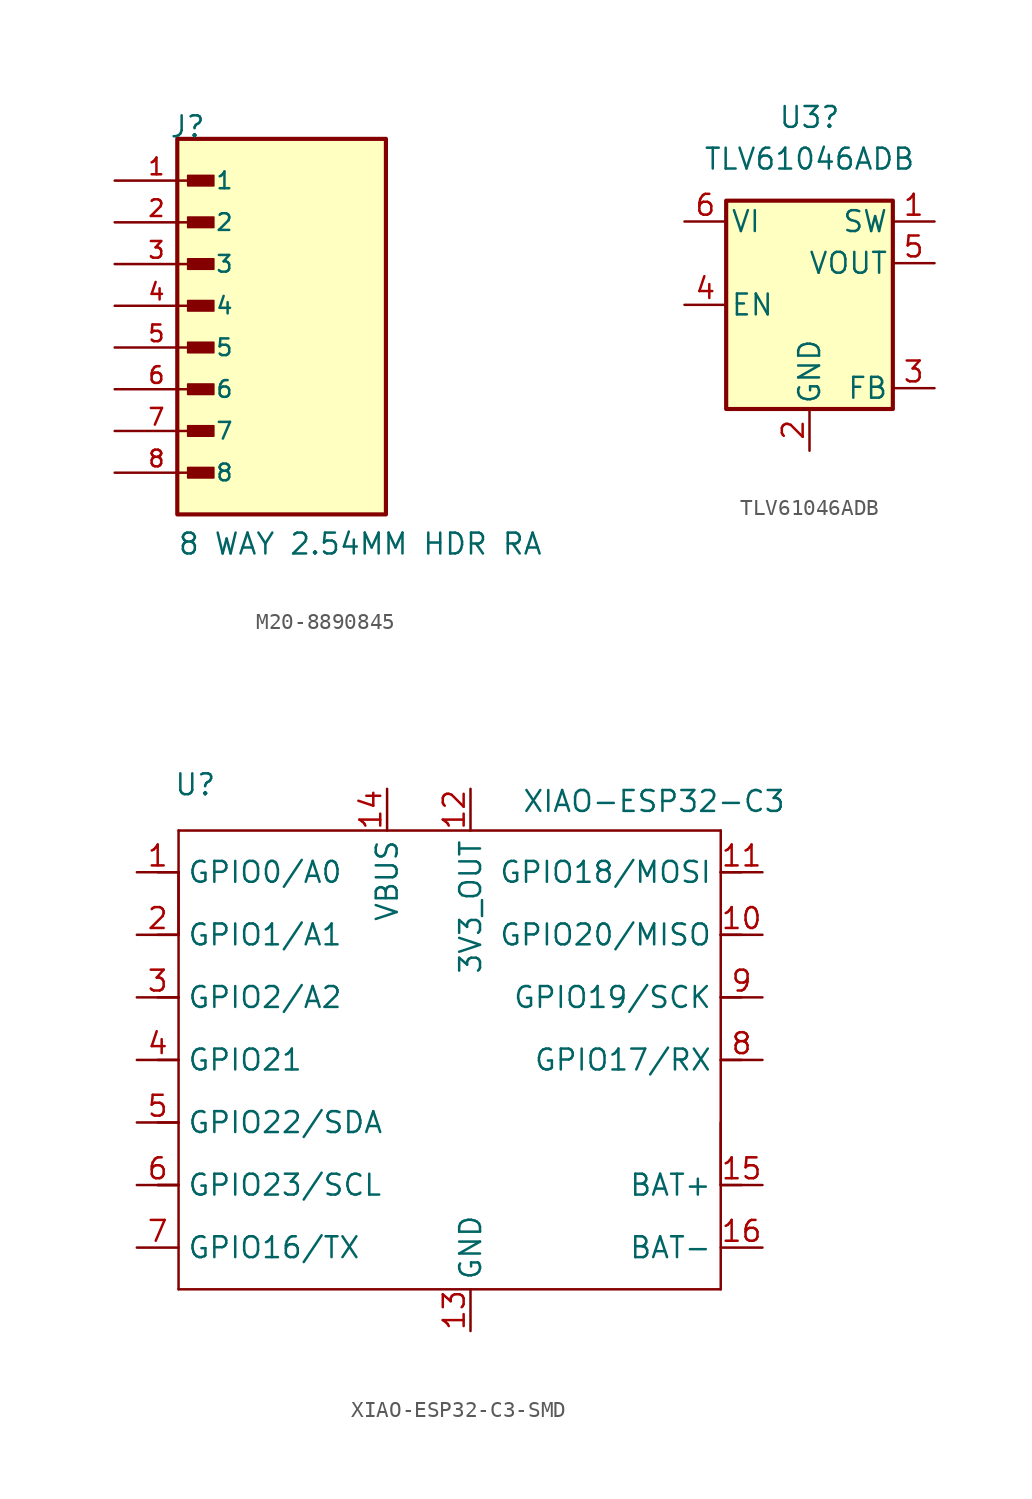
<source format=kicad_sym>
(kicad_symbol_lib
  (version 20241209)
  (generator "kicad_symbol_editor")
  (generator_version "9.0")
  (symbol "M20-8890845"
    (pin_names
      (offset 1.016))
    (property "Reference" "J"
      (at -6.85 12.7 0)
      (effects (font (size 1.27 1.27)) (justify left bottom)))
    (property "Value" "8 WAY 2.54MM HDR RA"
      (at -6.35 -12.7 0)
      (effects (font (size 1.27 1.27)) (justify left bottom)))
    (symbol "M20-8890845_0_0"
      (rectangle (start -6.35 12.7) (end 6.35 -10.16) (stroke (width 0.254) (type default)) (fill (type background)))
      (rectangle (start -5.715 9.842) (end -4.128 10.477) (stroke (width 0.1) (type default)) (fill (type outline)))
      (rectangle (start -5.715 7.303) (end -4.128 7.938) (stroke (width 0.1) (type default)) (fill (type outline)))
      (rectangle (start -5.715 4.763) (end -4.128 5.397) (stroke (width 0.1) (type default)) (fill (type outline)))
      (rectangle (start -5.715 2.223) (end -4.128 2.857) (stroke (width 0.1) (type default)) (fill (type outline)))
      (rectangle (start -5.715 -0.318) (end -4.128 0.318) (stroke (width 0.1) (type default)) (fill (type outline)))
      (rectangle (start -5.715 -2.857) (end -4.128 -2.223) (stroke (width 0.1) (type default)) (fill (type outline)))
      (rectangle (start -5.715 -5.397) (end -4.128 -4.763) (stroke (width 0.1) (type default)) (fill (type outline)))
      (rectangle (start -5.715 -7.938) (end -4.128 -7.303) (stroke (width 0.1) (type default)) (fill (type outline)))
      (pin passive line (at -10.16 10.16 0) (length 5.08) (name "1" (effects (font (size 1.016 1.016)))) (number "1" (effects (font (size 1.016 1.016)))))
      (pin passive line (at -10.16 7.62 0) (length 5.08) (name "2" (effects (font (size 1.016 1.016)))) (number "2" (effects (font (size 1.016 1.016)))))
      (pin passive line (at -10.16 5.08 0) (length 5.08) (name "3" (effects (font (size 1.016 1.016)))) (number "3" (effects (font (size 1.016 1.016)))))
      (pin passive line (at -10.16 2.54 0) (length 5.08) (name "4" (effects (font (size 1.016 1.016)))) (number "4" (effects (font (size 1.016 1.016)))))
      (pin passive line (at -10.16 0 0) (length 5.08) (name "5" (effects (font (size 1.016 1.016)))) (number "5" (effects (font (size 1.016 1.016)))))
      (pin passive line (at -10.16 -2.54 0) (length 5.08) (name "6" (effects (font (size 1.016 1.016)))) (number "6" (effects (font (size 1.016 1.016)))))
      (pin passive line (at -10.16 -5.08 0) (length 5.08) (name "7" (effects (font (size 1.016 1.016)))) (number "7" (effects (font (size 1.016 1.016)))))
      (pin passive line (at -10.16 -7.62 0) (length 5.08) (name "8" (effects (font (size 1.016 1.016)))) (number "8" (effects (font (size 1.016 1.016)))))))
  (symbol "TLV61046ADB"
    (pin_names
      (offset 0.254))
    (property "Reference" "U3"
      (at 0 11.43 0)
      (effects (font (size 1.27 1.27))))
    (property "Value" "TLV61046ADB"
      (at 0 8.89 0)
      (effects (font (size 1.27 1.27))))
    (symbol "TLV61046ADB_0_1"
      (rectangle (start -5.08 6.35) (end 5.08 -6.35) (stroke (width 0.254) (type default)) (fill (type background))))
    (symbol "TLV61046ADB_1_1"
      (pin input line (at -7.62 5.08 0) (length 2.54) (name "VI" (effects (font (size 1.27 1.27)))) (number "6" (effects (font (size 1.27 1.27)))))
      (pin input line (at -7.62 0 0) (length 2.54) (name "EN" (effects (font (size 1.27 1.27)))) (number "4" (effects (font (size 1.27 1.27)))))
      (pin passive line (at 0 -8.89 90) (length 2.54) (name "GND" (effects (font (size 1.27 1.27)))) (number "2" (effects (font (size 1.27 1.27)))))
      (pin power_out line (at 7.62 5.08 180) (length 2.54) (name "SW" (effects (font (size 1.27 1.27)))) (number "1" (effects (font (size 1.27 1.27)))))
      (pin power_out line (at 7.62 2.54 180) (length 2.54) (name "VOUT" (effects (font (size 1.27 1.27)))) (number "5" (effects (font (size 1.27 1.27)))))
      (pin input line (at 7.62 -5.08 180) (length 2.54) (name "FB" (effects (font (size 1.27 1.27)))) (number "3" (effects (font (size 1.27 1.27)))))))
  (symbol "XIAO-ESP32-C3-SMD"
    (property "Reference" "U"
      (at 1.016 2.794 0)
      (effects (font (size 1.27 1.27))))
    (property "Value" "XIAO-ESP32-C3"
      (at 28.956 1.778 0)
      (effects (font (size 1.27 1.27))))
    (symbol "XIAO-ESP32-C3-SMD_1_0"
      (polyline (pts (xy 0 0) (xy 33.02 0)) (stroke (width 0.152) (type solid)) (fill (type none)))
      (polyline (pts (xy 0 -2.54) (xy -1.27 -2.54)) (stroke (width 0.152) (type solid)) (fill (type none)))
      (polyline (pts (xy 0 -2.54) (xy 0 0)) (stroke (width 0.152) (type solid)) (fill (type none)))
      (polyline (pts (xy 0 -6.35) (xy -1.27 -6.35)) (stroke (width 0.152) (type solid)) (fill (type none)))
      (polyline (pts (xy 0 -6.35) (xy 0 -2.54)) (stroke (width 0.152) (type solid)) (fill (type none)))
      (polyline (pts (xy 0 -6.35) (xy 0 -2.54)) (stroke (width 0.152) (type solid)) (fill (type none)))
      (polyline (pts (xy 0 -10.16) (xy -1.27 -10.16)) (stroke (width 0.152) (type solid)) (fill (type none)))
      (polyline (pts (xy 0 -10.16) (xy 0 -6.35)) (stroke (width 0.152) (type solid)) (fill (type none)))
      (polyline (pts (xy 0 -13.97) (xy -1.27 -13.97)) (stroke (width 0.152) (type solid)) (fill (type none)))
      (polyline (pts (xy 0 -13.97) (xy 0 -10.16)) (stroke (width 0.152) (type solid)) (fill (type none)))
      (polyline (pts (xy 0 -17.78) (xy -1.27 -17.78)) (stroke (width 0.152) (type solid)) (fill (type none)))
      (polyline (pts (xy 0 -21.59) (xy -1.27 -21.59)) (stroke (width 0.152) (type solid)) (fill (type none)))
      (polyline (pts (xy 0 -21.59) (xy -1.27 -21.59)) (stroke (width 0.152) (type solid)) (fill (type none)))
      (polyline (pts (xy 0 -27.94) (xy 0 -13.97)) (stroke (width 0.152) (type solid)) (fill (type none)))
      (polyline (pts (xy 33.02 0) (xy 33.02 -2.54)) (stroke (width 0.152) (type solid)) (fill (type none)))
      (polyline (pts (xy 33.02 -2.54) (xy 33.02 -6.35)) (stroke (width 0.152) (type solid)) (fill (type none)))
      (polyline (pts (xy 33.02 -6.35) (xy 33.02 -10.16)) (stroke (width 0.152) (type solid)) (fill (type none)))
      (polyline (pts (xy 33.02 -10.16) (xy 33.02 -27.94)) (stroke (width 0.152) (type solid)) (fill (type none)))
      (polyline (pts (xy 33.02 -17.78) (xy 33.02 -21.59)) (stroke (width 0.152) (type solid)) (fill (type none)))
      (polyline (pts (xy 33.02 -27.94) (xy 0 -27.94)) (stroke (width 0.152) (type solid)) (fill (type none)))
      (polyline (pts (xy 34.29 -2.54) (xy 33.02 -2.54)) (stroke (width 0.152) (type solid)) (fill (type none)))
      (polyline (pts (xy 34.29 -6.35) (xy 33.02 -6.35)) (stroke (width 0.152) (type solid)) (fill (type none)))
      (polyline (pts (xy 34.29 -10.16) (xy 33.02 -10.16)) (stroke (width 0.152) (type solid)) (fill (type none)))
      (polyline (pts (xy 34.29 -13.97) (xy 33.02 -13.97)) (stroke (width 0.152) (type solid)) (fill (type none)))
      (polyline (pts (xy 34.29 -21.59) (xy 33.02 -21.59)) (stroke (width 0.152) (type solid)) (fill (type none)))
      (pin passive line (at -2.54 -2.54 0) (length 2.54) (name "GPIO0/A0" (effects (font (size 1.27 1.27)))) (number "1" (effects (font (size 1.27 1.27)))))
      (pin passive line (at -2.54 -6.35 0) (length 2.54) (name "GPIO1/A1" (effects (font (size 1.27 1.27)))) (number "2" (effects (font (size 1.27 1.27)))))
      (pin passive line (at -2.54 -10.16 0) (length 2.54) (name "GPIO2/A2" (effects (font (size 1.27 1.27)))) (number "3" (effects (font (size 1.27 1.27)))))
      (pin passive line (at -2.54 -13.97 0) (length 2.54) (name "GPIO21" (effects (font (size 1.27 1.27)))) (number "4" (effects (font (size 1.27 1.27)))))
      (pin passive line (at -2.54 -17.78 0) (length 2.54) (name "GPIO22/SDA" (effects (font (size 1.27 1.27)))) (number "5" (effects (font (size 1.27 1.27)))))
      (pin passive line (at -2.54 -21.59 0) (length 2.54) (name "GPIO23/SCL" (effects (font (size 1.27 1.27)))) (number "6" (effects (font (size 1.27 1.27)))))
      (pin passive line (at -2.54 -25.4 0) (length 2.54) (name "GPIO16/TX" (effects (font (size 1.27 1.27)))) (number "7" (effects (font (size 1.27 1.27)))))
      (pin output line (at 12.7 2.54 270) (length 2.54) (name "VBUS" (effects (font (size 1.27 1.27)))) (number "14" (effects (font (size 1.27 1.27)))))
      (pin output line (at 17.78 2.54 270) (length 2.54) (name "3V3_OUT" (effects (font (size 1.27 1.27)))) (number "12" (effects (font (size 1.27 1.27)))))
      (pin passive line (at 17.78 -30.48 90) (length 2.54) (name "GND" (effects (font (size 1.27 1.27)))) (number "13" (effects (font (size 1.27 1.27)))))
      (pin passive line (at 35.56 -2.54 180) (length 2.54) (name "GPIO18/MOSI" (effects (font (size 1.27 1.27)))) (number "11" (effects (font (size 1.27 1.27)))))
      (pin passive line (at 35.56 -6.35 180) (length 2.54) (name "GPIO20/MISO" (effects (font (size 1.27 1.27)))) (number "10" (effects (font (size 1.27 1.27)))))
      (pin passive line (at 35.56 -10.16 180) (length 2.54) (name "GPIO19/SCK" (effects (font (size 1.27 1.27)))) (number "9" (effects (font (size 1.27 1.27)))))
      (pin passive line (at 35.56 -13.97 180) (length 2.54) (name "GPIO17/RX" (effects (font (size 1.27 1.27)))) (number "8" (effects (font (size 1.27 1.27)))))
      (pin passive line (at 35.56 -21.59 180) (length 2.54) (name "BAT+" (effects (font (size 1.27 1.27)))) (number "15" (effects (font (size 1.27 1.27)))))
      (pin passive line (at 35.56 -25.4 180) (length 2.54) (name "BAT-" (effects (font (size 1.27 1.27)))) (number "16" (effects (font (size 1.27 1.27))))))))
</source>
